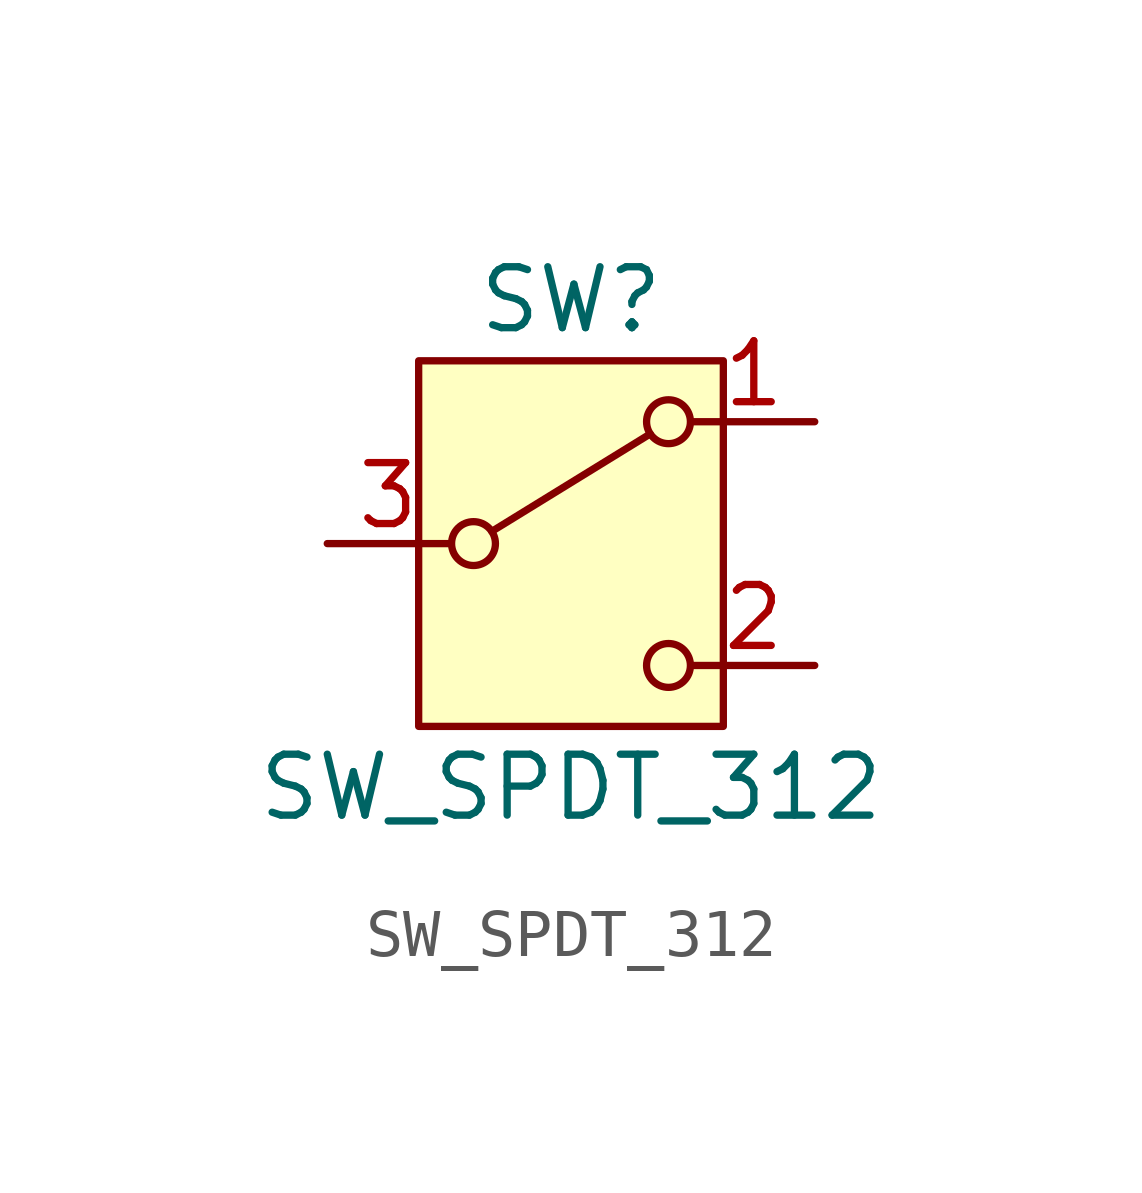
<source format=kicad_sym>
(kicad_symbol_lib
  (version 20231120)
  (generator "kicad_symbol_editor")
  (generator_version "8.0")
  (symbol "SW_SPDT_312"
    (pin_names
      (offset 0) hide)
    (property "Reference" "SW"
      (at 0 5.08 0)
      (effects (font (size 1.27 1.27))))
    (property "Value" "SW_SPDT_312"
      (at 0 -5.08 0)
      (effects (font (size 1.27 1.27))))
    (symbol "SW_SPDT_312_0_1"
      (circle (center -2.032 0) (radius 0.457) (stroke (width 0) (type default)) (fill (type none)))
      (polyline (pts (xy -1.651 0.254) (xy 1.651 2.286)) (stroke (width 0) (type default)) (fill (type none)))
      (circle (center 2.032 -2.54) (radius 0.457) (stroke (width 0) (type default)) (fill (type none)))
      (circle (center 2.032 2.54) (radius 0.457) (stroke (width 0) (type default)) (fill (type none))))
    (symbol "SW_SPDT_312_1_1"
      (rectangle (start -3.175 3.81) (end 3.175 -3.81) (stroke (width 0) (type default)) (fill (type background)))
      (pin passive line (at 5.08 2.54 180) (length 2.54) (name "A" (effects (font (size 1.27 1.27)))) (number "1" (effects (font (size 1.27 1.27)))))
      (pin passive line (at 5.08 -2.54 180) (length 2.54) (name "B" (effects (font (size 1.27 1.27)))) (number "2" (effects (font (size 1.27 1.27)))))
      (pin passive line (at -5.08 0 0) (length 2.54) (name "C" (effects (font (size 1.27 1.27)))) (number "3" (effects (font (size 1.27 1.27))))))))
</source>
